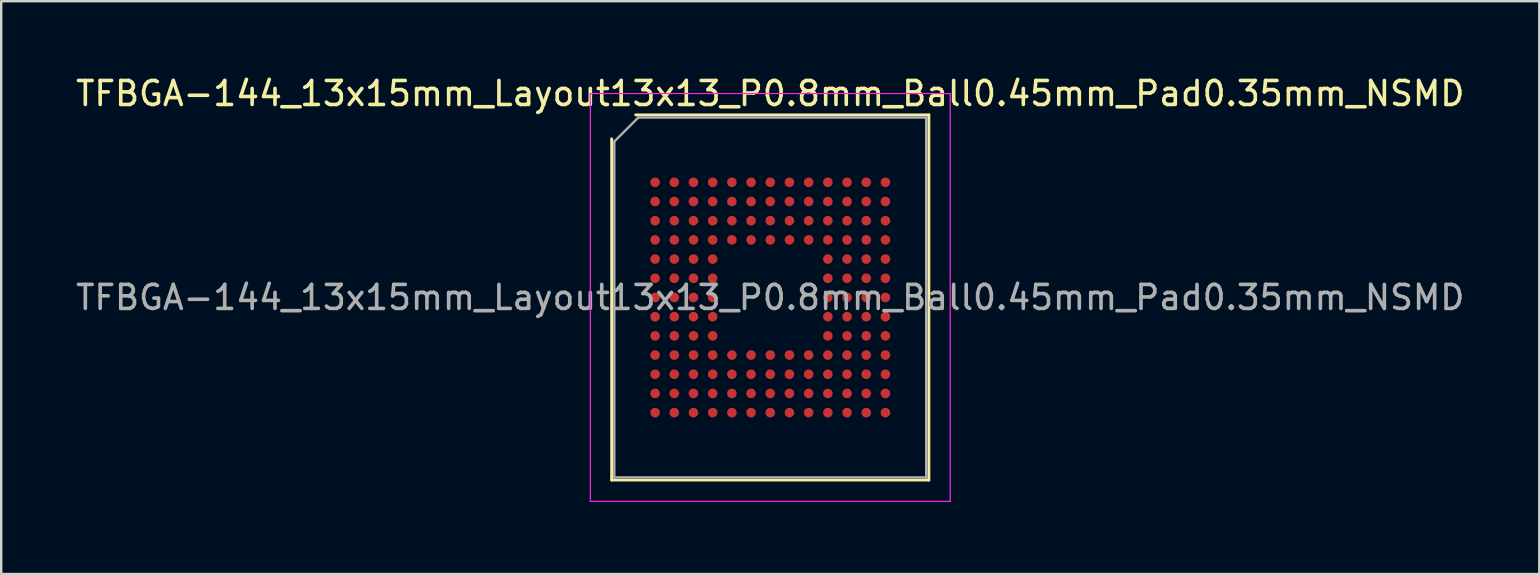
<source format=kicad_pcb>
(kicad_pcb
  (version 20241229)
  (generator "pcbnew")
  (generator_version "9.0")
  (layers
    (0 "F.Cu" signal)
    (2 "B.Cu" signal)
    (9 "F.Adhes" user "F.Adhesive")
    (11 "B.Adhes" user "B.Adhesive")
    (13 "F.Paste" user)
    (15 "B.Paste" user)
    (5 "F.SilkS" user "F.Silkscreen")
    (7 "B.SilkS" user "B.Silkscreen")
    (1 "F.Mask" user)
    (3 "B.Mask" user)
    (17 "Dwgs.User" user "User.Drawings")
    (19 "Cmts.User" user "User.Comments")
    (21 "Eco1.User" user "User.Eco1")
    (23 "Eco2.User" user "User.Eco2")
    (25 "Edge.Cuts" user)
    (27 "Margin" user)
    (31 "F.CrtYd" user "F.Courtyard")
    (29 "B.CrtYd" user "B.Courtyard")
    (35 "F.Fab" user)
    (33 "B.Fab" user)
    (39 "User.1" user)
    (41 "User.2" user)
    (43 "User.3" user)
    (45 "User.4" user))
  (footprint "TFBGA-144_13x15mm_Layout13x13_P0.8mm_Ball0.45mm_Pad0.35mm_NSMD"
    (layer "F.Cu")
    (at 29.054 9.348)
    (property "Reference" "TFBGA-144_13x15mm_Layout13x13_P0.8mm_Ball0.45mm_Pad0.35mm_NSMD" (at 0 -8.5 0) (layer "F.SilkS") (effects (font (size 1 1) (thickness 0.15))))
    (attr smd)
    (fp_line (start -6.61 7.61) (end -6.61 -6.61) (stroke (width 0.12) (type solid)) (layer "F.SilkS"))
    (fp_line (start -5.61 -7.61) (end 6.61 -7.61) (stroke (width 0.12) (type solid)) (layer "F.SilkS"))
    (fp_line (start 6.61 -7.61) (end 6.61 7.61) (stroke (width 0.12) (type solid)) (layer "F.SilkS"))
    (fp_line (start 6.61 7.61) (end -6.61 7.61) (stroke (width 0.12) (type solid)) (layer "F.SilkS"))
    (fp_line (start -7.5 -8.5) (end -7.5 8.5) (stroke (width 0.05) (type solid)) (layer "F.CrtYd"))
    (fp_line (start -7.5 8.5) (end 7.5 8.5) (stroke (width 0.05) (type solid)) (layer "F.CrtYd"))
    (fp_line (start 7.5 -8.5) (end -7.5 -8.5) (stroke (width 0.05) (type solid)) (layer "F.CrtYd"))
    (fp_line (start 7.5 8.5) (end 7.5 -8.5) (stroke (width 0.05) (type solid)) (layer "F.CrtYd"))
    (fp_line (start -6.5 -6.5) (end -5.5 -7.5) (stroke (width 0.1) (type solid)) (layer "F.Fab"))
    (fp_line (start -6.5 7.5) (end -6.5 -6.5) (stroke (width 0.1) (type solid)) (layer "F.Fab"))
    (fp_line (start -5.5 -7.5) (end 6.5 -7.5) (stroke (width 0.1) (type solid)) (layer "F.Fab"))
    (fp_line (start 6.5 -7.5) (end 6.5 7.5) (stroke (width 0.1) (type solid)) (layer "F.Fab"))
    (fp_line (start 6.5 7.5) (end -6.5 7.5) (stroke (width 0.1) (type solid)) (layer "F.Fab"))
    (fp_text user "${REFERENCE}" (at 0 0 0) (layer "F.Fab") (effects (font (size 1 1) (thickness 0.15))))
    (pad "A1" smd circle (at -4.8 -4.8) (size 0.4 0.4) (layers "F.Cu" "F.Mask" "F.Paste"))
    (pad "A2" smd circle (at -4 -4.8) (size 0.4 0.4) (layers "F.Cu" "F.Mask" "F.Paste"))
    (pad "A3" smd circle (at -3.2 -4.8) (size 0.4 0.4) (layers "F.Cu" "F.Mask" "F.Paste"))
    (pad "A4" smd circle (at -2.4 -4.8) (size 0.4 0.4) (layers "F.Cu" "F.Mask" "F.Paste"))
    (pad "A5" smd circle (at -1.6 -4.8) (size 0.4 0.4) (layers "F.Cu" "F.Mask" "F.Paste"))
    (pad "A6" smd circle (at -0.8 -4.8) (size 0.4 0.4) (layers "F.Cu" "F.Mask" "F.Paste"))
    (pad "A7" smd circle (at 0 -4.8) (size 0.4 0.4) (layers "F.Cu" "F.Mask" "F.Paste"))
    (pad "A8" smd circle (at 0.8 -4.8) (size 0.4 0.4) (layers "F.Cu" "F.Mask" "F.Paste"))
    (pad "A9" smd circle (at 1.6 -4.8) (size 0.4 0.4) (layers "F.Cu" "F.Mask" "F.Paste"))
    (pad "A10" smd circle (at 2.4 -4.8) (size 0.4 0.4) (layers "F.Cu" "F.Mask" "F.Paste"))
    (pad "A11" smd circle (at 3.2 -4.8) (size 0.4 0.4) (layers "F.Cu" "F.Mask" "F.Paste"))
    (pad "A12" smd circle (at 4 -4.8) (size 0.4 0.4) (layers "F.Cu" "F.Mask" "F.Paste"))
    (pad "A13" smd circle (at 4.8 -4.8) (size 0.4 0.4) (layers "F.Cu" "F.Mask" "F.Paste"))
    (pad "B1" smd circle (at -4.8 -4) (size 0.4 0.4) (layers "F.Cu" "F.Mask" "F.Paste"))
    (pad "B2" smd circle (at -4 -4) (size 0.4 0.4) (layers "F.Cu" "F.Mask" "F.Paste"))
    (pad "B3" smd circle (at -3.2 -4) (size 0.4 0.4) (layers "F.Cu" "F.Mask" "F.Paste"))
    (pad "B4" smd circle (at -2.4 -4) (size 0.4 0.4) (layers "F.Cu" "F.Mask" "F.Paste"))
    (pad "B5" smd circle (at -1.6 -4) (size 0.4 0.4) (layers "F.Cu" "F.Mask" "F.Paste"))
    (pad "B6" smd circle (at -0.8 -4) (size 0.4 0.4) (layers "F.Cu" "F.Mask" "F.Paste"))
    (pad "B7" smd circle (at 0 -4) (size 0.4 0.4) (layers "F.Cu" "F.Mask" "F.Paste"))
    (pad "B8" smd circle (at 0.8 -4) (size 0.4 0.4) (layers "F.Cu" "F.Mask" "F.Paste"))
    (pad "B9" smd circle (at 1.6 -4) (size 0.4 0.4) (layers "F.Cu" "F.Mask" "F.Paste"))
    (pad "B10" smd circle (at 2.4 -4) (size 0.4 0.4) (layers "F.Cu" "F.Mask" "F.Paste"))
    (pad "B11" smd circle (at 3.2 -4) (size 0.4 0.4) (layers "F.Cu" "F.Mask" "F.Paste"))
    (pad "B12" smd circle (at 4 -4) (size 0.4 0.4) (layers "F.Cu" "F.Mask" "F.Paste"))
    (pad "B13" smd circle (at 4.8 -4) (size 0.4 0.4) (layers "F.Cu" "F.Mask" "F.Paste"))
    (pad "C1" smd circle (at -4.8 -3.2) (size 0.4 0.4) (layers "F.Cu" "F.Mask" "F.Paste"))
    (pad "C2" smd circle (at -4 -3.2) (size 0.4 0.4) (layers "F.Cu" "F.Mask" "F.Paste"))
    (pad "C3" smd circle (at -3.2 -3.2) (size 0.4 0.4) (layers "F.Cu" "F.Mask" "F.Paste"))
    (pad "C4" smd circle (at -2.4 -3.2) (size 0.4 0.4) (layers "F.Cu" "F.Mask" "F.Paste"))
    (pad "C5" smd circle (at -1.6 -3.2) (size 0.4 0.4) (layers "F.Cu" "F.Mask" "F.Paste"))
    (pad "C6" smd circle (at -0.8 -3.2) (size 0.4 0.4) (layers "F.Cu" "F.Mask" "F.Paste"))
    (pad "C7" smd circle (at 0 -3.2) (size 0.4 0.4) (layers "F.Cu" "F.Mask" "F.Paste"))
    (pad "C8" smd circle (at 0.8 -3.2) (size 0.4 0.4) (layers "F.Cu" "F.Mask" "F.Paste"))
    (pad "C9" smd circle (at 1.6 -3.2) (size 0.4 0.4) (layers "F.Cu" "F.Mask" "F.Paste"))
    (pad "C10" smd circle (at 2.4 -3.2) (size 0.4 0.4) (layers "F.Cu" "F.Mask" "F.Paste"))
    (pad "C11" smd circle (at 3.2 -3.2) (size 0.4 0.4) (layers "F.Cu" "F.Mask" "F.Paste"))
    (pad "C12" smd circle (at 4 -3.2) (size 0.4 0.4) (layers "F.Cu" "F.Mask" "F.Paste"))
    (pad "C13" smd circle (at 4.8 -3.2) (size 0.4 0.4) (layers "F.Cu" "F.Mask" "F.Paste"))
    (pad "D1" smd circle (at -4.8 -2.4) (size 0.4 0.4) (layers "F.Cu" "F.Mask" "F.Paste"))
    (pad "D2" smd circle (at -4 -2.4) (size 0.4 0.4) (layers "F.Cu" "F.Mask" "F.Paste"))
    (pad "D3" smd circle (at -3.2 -2.4) (size 0.4 0.4) (layers "F.Cu" "F.Mask" "F.Paste"))
    (pad "D4" smd circle (at -2.4 -2.4) (size 0.4 0.4) (layers "F.Cu" "F.Mask" "F.Paste"))
    (pad "D5" smd circle (at -1.6 -2.4) (size 0.4 0.4) (layers "F.Cu" "F.Mask" "F.Paste"))
    (pad "D6" smd circle (at -0.8 -2.4) (size 0.4 0.4) (layers "F.Cu" "F.Mask" "F.Paste"))
    (pad "D7" smd circle (at 0 -2.4) (size 0.4 0.4) (layers "F.Cu" "F.Mask" "F.Paste"))
    (pad "D8" smd circle (at 0.8 -2.4) (size 0.4 0.4) (layers "F.Cu" "F.Mask" "F.Paste"))
    (pad "D9" smd circle (at 1.6 -2.4) (size 0.4 0.4) (layers "F.Cu" "F.Mask" "F.Paste"))
    (pad "D10" smd circle (at 2.4 -2.4) (size 0.4 0.4) (layers "F.Cu" "F.Mask" "F.Paste"))
    (pad "D11" smd circle (at 3.2 -2.4) (size 0.4 0.4) (layers "F.Cu" "F.Mask" "F.Paste"))
    (pad "D12" smd circle (at 4 -2.4) (size 0.4 0.4) (layers "F.Cu" "F.Mask" "F.Paste"))
    (pad "D13" smd circle (at 4.8 -2.4) (size 0.4 0.4) (layers "F.Cu" "F.Mask" "F.Paste"))
    (pad "E1" smd circle (at -4.8 -1.6) (size 0.4 0.4) (layers "F.Cu" "F.Mask" "F.Paste"))
    (pad "E2" smd circle (at -4 -1.6) (size 0.4 0.4) (layers "F.Cu" "F.Mask" "F.Paste"))
    (pad "E3" smd circle (at -3.2 -1.6) (size 0.4 0.4) (layers "F.Cu" "F.Mask" "F.Paste"))
    (pad "E4" smd circle (at -2.4 -1.6) (size 0.4 0.4) (layers "F.Cu" "F.Mask" "F.Paste"))
    (pad "E10" smd circle (at 2.4 -1.6) (size 0.4 0.4) (layers "F.Cu" "F.Mask" "F.Paste"))
    (pad "E11" smd circle (at 3.2 -1.6) (size 0.4 0.4) (layers "F.Cu" "F.Mask" "F.Paste"))
    (pad "E12" smd circle (at 4 -1.6) (size 0.4 0.4) (layers "F.Cu" "F.Mask" "F.Paste"))
    (pad "E13" smd circle (at 4.8 -1.6) (size 0.4 0.4) (layers "F.Cu" "F.Mask" "F.Paste"))
    (pad "F1" smd circle (at -4.8 -0.8) (size 0.4 0.4) (layers "F.Cu" "F.Mask" "F.Paste"))
    (pad "F2" smd circle (at -4 -0.8) (size 0.4 0.4) (layers "F.Cu" "F.Mask" "F.Paste"))
    (pad "F3" smd circle (at -3.2 -0.8) (size 0.4 0.4) (layers "F.Cu" "F.Mask" "F.Paste"))
    (pad "F4" smd circle (at -2.4 -0.8) (size 0.4 0.4) (layers "F.Cu" "F.Mask" "F.Paste"))
    (pad "F10" smd circle (at 2.4 -0.8) (size 0.4 0.4) (layers "F.Cu" "F.Mask" "F.Paste"))
    (pad "F11" smd circle (at 3.2 -0.8) (size 0.4 0.4) (layers "F.Cu" "F.Mask" "F.Paste"))
    (pad "F12" smd circle (at 4 -0.8) (size 0.4 0.4) (layers "F.Cu" "F.Mask" "F.Paste"))
    (pad "F13" smd circle (at 4.8 -0.8) (size 0.4 0.4) (layers "F.Cu" "F.Mask" "F.Paste"))
    (pad "G1" smd circle (at -4.8 0) (size 0.4 0.4) (layers "F.Cu" "F.Mask" "F.Paste"))
    (pad "G2" smd circle (at -4 0) (size 0.4 0.4) (layers "F.Cu" "F.Mask" "F.Paste"))
    (pad "G3" smd circle (at -3.2 0) (size 0.4 0.4) (layers "F.Cu" "F.Mask" "F.Paste"))
    (pad "G4" smd circle (at -2.4 0) (size 0.4 0.4) (layers "F.Cu" "F.Mask" "F.Paste"))
    (pad "G10" smd circle (at 2.4 0) (size 0.4 0.4) (layers "F.Cu" "F.Mask" "F.Paste"))
    (pad "G11" smd circle (at 3.2 0) (size 0.4 0.4) (layers "F.Cu" "F.Mask" "F.Paste"))
    (pad "G12" smd circle (at 4 0) (size 0.4 0.4) (layers "F.Cu" "F.Mask" "F.Paste"))
    (pad "G13" smd circle (at 4.8 0) (size 0.4 0.4) (layers "F.Cu" "F.Mask" "F.Paste"))
    (pad "H1" smd circle (at -4.8 0.8) (size 0.4 0.4) (layers "F.Cu" "F.Mask" "F.Paste"))
    (pad "H2" smd circle (at -4 0.8) (size 0.4 0.4) (layers "F.Cu" "F.Mask" "F.Paste"))
    (pad "H3" smd circle (at -3.2 0.8) (size 0.4 0.4) (layers "F.Cu" "F.Mask" "F.Paste"))
    (pad "H4" smd circle (at -2.4 0.8) (size 0.4 0.4) (layers "F.Cu" "F.Mask" "F.Paste"))
    (pad "H10" smd circle (at 2.4 0.8) (size 0.4 0.4) (layers "F.Cu" "F.Mask" "F.Paste"))
    (pad "H11" smd circle (at 3.2 0.8) (size 0.4 0.4) (layers "F.Cu" "F.Mask" "F.Paste"))
    (pad "H12" smd circle (at 4 0.8) (size 0.4 0.4) (layers "F.Cu" "F.Mask" "F.Paste"))
    (pad "H13" smd circle (at 4.8 0.8) (size 0.4 0.4) (layers "F.Cu" "F.Mask" "F.Paste"))
    (pad "J1" smd circle (at -4.8 1.6) (size 0.4 0.4) (layers "F.Cu" "F.Mask" "F.Paste"))
    (pad "J2" smd circle (at -4 1.6) (size 0.4 0.4) (layers "F.Cu" "F.Mask" "F.Paste"))
    (pad "J3" smd circle (at -3.2 1.6) (size 0.4 0.4) (layers "F.Cu" "F.Mask" "F.Paste"))
    (pad "J4" smd circle (at -2.4 1.6) (size 0.4 0.4) (layers "F.Cu" "F.Mask" "F.Paste"))
    (pad "J10" smd circle (at 2.4 1.6) (size 0.4 0.4) (layers "F.Cu" "F.Mask" "F.Paste"))
    (pad "J11" smd circle (at 3.2 1.6) (size 0.4 0.4) (layers "F.Cu" "F.Mask" "F.Paste"))
    (pad "J12" smd circle (at 4 1.6) (size 0.4 0.4) (layers "F.Cu" "F.Mask" "F.Paste"))
    (pad "J13" smd circle (at 4.8 1.6) (size 0.4 0.4) (layers "F.Cu" "F.Mask" "F.Paste"))
    (pad "K1" smd circle (at -4.8 2.4) (size 0.4 0.4) (layers "F.Cu" "F.Mask" "F.Paste"))
    (pad "K2" smd circle (at -4 2.4) (size 0.4 0.4) (layers "F.Cu" "F.Mask" "F.Paste"))
    (pad "K3" smd circle (at -3.2 2.4) (size 0.4 0.4) (layers "F.Cu" "F.Mask" "F.Paste"))
    (pad "K4" smd circle (at -2.4 2.4) (size 0.4 0.4) (layers "F.Cu" "F.Mask" "F.Paste"))
    (pad "K5" smd circle (at -1.6 2.4) (size 0.4 0.4) (layers "F.Cu" "F.Mask" "F.Paste"))
    (pad "K6" smd circle (at -0.8 2.4) (size 0.4 0.4) (layers "F.Cu" "F.Mask" "F.Paste"))
    (pad "K7" smd circle (at 0 2.4) (size 0.4 0.4) (layers "F.Cu" "F.Mask" "F.Paste"))
    (pad "K8" smd circle (at 0.8 2.4) (size 0.4 0.4) (layers "F.Cu" "F.Mask" "F.Paste"))
    (pad "K9" smd circle (at 1.6 2.4) (size 0.4 0.4) (layers "F.Cu" "F.Mask" "F.Paste"))
    (pad "K10" smd circle (at 2.4 2.4) (size 0.4 0.4) (layers "F.Cu" "F.Mask" "F.Paste"))
    (pad "K11" smd circle (at 3.2 2.4) (size 0.4 0.4) (layers "F.Cu" "F.Mask" "F.Paste"))
    (pad "K12" smd circle (at 4 2.4) (size 0.4 0.4) (layers "F.Cu" "F.Mask" "F.Paste"))
    (pad "K13" smd circle (at 4.8 2.4) (size 0.4 0.4) (layers "F.Cu" "F.Mask" "F.Paste"))
    (pad "L1" smd circle (at -4.8 3.2) (size 0.4 0.4) (layers "F.Cu" "F.Mask" "F.Paste"))
    (pad "L2" smd circle (at -4 3.2) (size 0.4 0.4) (layers "F.Cu" "F.Mask" "F.Paste"))
    (pad "L3" smd circle (at -3.2 3.2) (size 0.4 0.4) (layers "F.Cu" "F.Mask" "F.Paste"))
    (pad "L4" smd circle (at -2.4 3.2) (size 0.4 0.4) (layers "F.Cu" "F.Mask" "F.Paste"))
    (pad "L5" smd circle (at -1.6 3.2) (size 0.4 0.4) (layers "F.Cu" "F.Mask" "F.Paste"))
    (pad "L6" smd circle (at -0.8 3.2) (size 0.4 0.4) (layers "F.Cu" "F.Mask" "F.Paste"))
    (pad "L7" smd circle (at 0 3.2) (size 0.4 0.4) (layers "F.Cu" "F.Mask" "F.Paste"))
    (pad "L8" smd circle (at 0.8 3.2) (size 0.4 0.4) (layers "F.Cu" "F.Mask" "F.Paste"))
    (pad "L9" smd circle (at 1.6 3.2) (size 0.4 0.4) (layers "F.Cu" "F.Mask" "F.Paste"))
    (pad "L10" smd circle (at 2.4 3.2) (size 0.4 0.4) (layers "F.Cu" "F.Mask" "F.Paste"))
    (pad "L11" smd circle (at 3.2 3.2) (size 0.4 0.4) (layers "F.Cu" "F.Mask" "F.Paste"))
    (pad "L12" smd circle (at 4 3.2) (size 0.4 0.4) (layers "F.Cu" "F.Mask" "F.Paste"))
    (pad "L13" smd circle (at 4.8 3.2) (size 0.4 0.4) (layers "F.Cu" "F.Mask" "F.Paste"))
    (pad "M1" smd circle (at -4.8 4) (size 0.4 0.4) (layers "F.Cu" "F.Mask" "F.Paste"))
    (pad "M2" smd circle (at -4 4) (size 0.4 0.4) (layers "F.Cu" "F.Mask" "F.Paste"))
    (pad "M3" smd circle (at -3.2 4) (size 0.4 0.4) (layers "F.Cu" "F.Mask" "F.Paste"))
    (pad "M4" smd circle (at -2.4 4) (size 0.4 0.4) (layers "F.Cu" "F.Mask" "F.Paste"))
    (pad "M5" smd circle (at -1.6 4) (size 0.4 0.4) (layers "F.Cu" "F.Mask" "F.Paste"))
    (pad "M6" smd circle (at -0.8 4) (size 0.4 0.4) (layers "F.Cu" "F.Mask" "F.Paste"))
    (pad "M7" smd circle (at 0 4) (size 0.4 0.4) (layers "F.Cu" "F.Mask" "F.Paste"))
    (pad "M8" smd circle (at 0.8 4) (size 0.4 0.4) (layers "F.Cu" "F.Mask" "F.Paste"))
    (pad "M9" smd circle (at 1.6 4) (size 0.4 0.4) (layers "F.Cu" "F.Mask" "F.Paste"))
    (pad "M10" smd circle (at 2.4 4) (size 0.4 0.4) (layers "F.Cu" "F.Mask" "F.Paste"))
    (pad "M11" smd circle (at 3.2 4) (size 0.4 0.4) (layers "F.Cu" "F.Mask" "F.Paste"))
    (pad "M12" smd circle (at 4 4) (size 0.4 0.4) (layers "F.Cu" "F.Mask" "F.Paste"))
    (pad "M13" smd circle (at 4.8 4) (size 0.4 0.4) (layers "F.Cu" "F.Mask" "F.Paste"))
    (pad "N1" smd circle (at -4.8 4.8) (size 0.4 0.4) (layers "F.Cu" "F.Mask" "F.Paste"))
    (pad "N2" smd circle (at -4 4.8) (size 0.4 0.4) (layers "F.Cu" "F.Mask" "F.Paste"))
    (pad "N3" smd circle (at -3.2 4.8) (size 0.4 0.4) (layers "F.Cu" "F.Mask" "F.Paste"))
    (pad "N4" smd circle (at -2.4 4.8) (size 0.4 0.4) (layers "F.Cu" "F.Mask" "F.Paste"))
    (pad "N5" smd circle (at -1.6 4.8) (size 0.4 0.4) (layers "F.Cu" "F.Mask" "F.Paste"))
    (pad "N6" smd circle (at -0.8 4.8) (size 0.4 0.4) (layers "F.Cu" "F.Mask" "F.Paste"))
    (pad "N7" smd circle (at 0 4.8) (size 0.4 0.4) (layers "F.Cu" "F.Mask" "F.Paste"))
    (pad "N8" smd circle (at 0.8 4.8) (size 0.4 0.4) (layers "F.Cu" "F.Mask" "F.Paste"))
    (pad "N9" smd circle (at 1.6 4.8) (size 0.4 0.4) (layers "F.Cu" "F.Mask" "F.Paste"))
    (pad "N10" smd circle (at 2.4 4.8) (size 0.4 0.4) (layers "F.Cu" "F.Mask" "F.Paste"))
    (pad "N11" smd circle (at 3.2 4.8) (size 0.4 0.4) (layers "F.Cu" "F.Mask" "F.Paste"))
    (pad "N12" smd circle (at 4 4.8) (size 0.4 0.4) (layers "F.Cu" "F.Mask" "F.Paste"))
    (pad "N13" smd circle (at 4.8 4.8) (size 0.4 0.4) (layers "F.Cu" "F.Mask" "F.Paste")))
  (gr_rect
    (start -3 -3)
    (end 61.107 20.873)
    (stroke (width 0.1) (type default))
    (fill no)
    (layer "Edge.Cuts")))
</source>
